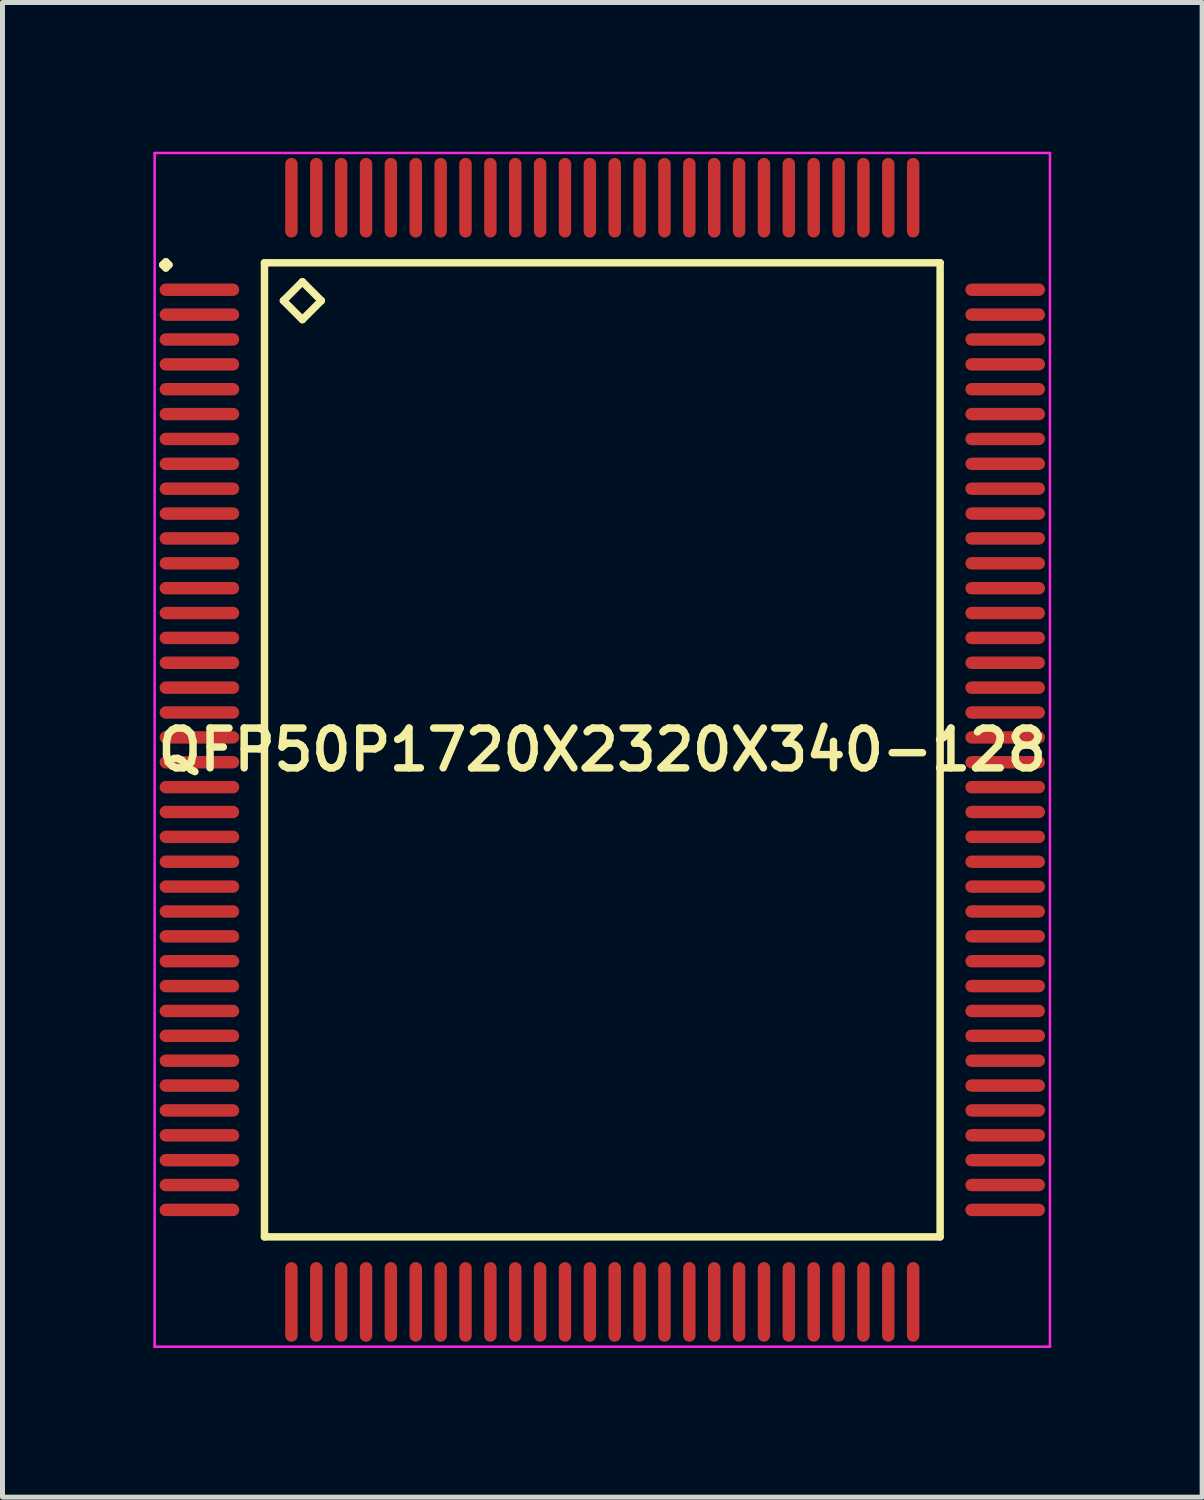
<source format=kicad_pcb>
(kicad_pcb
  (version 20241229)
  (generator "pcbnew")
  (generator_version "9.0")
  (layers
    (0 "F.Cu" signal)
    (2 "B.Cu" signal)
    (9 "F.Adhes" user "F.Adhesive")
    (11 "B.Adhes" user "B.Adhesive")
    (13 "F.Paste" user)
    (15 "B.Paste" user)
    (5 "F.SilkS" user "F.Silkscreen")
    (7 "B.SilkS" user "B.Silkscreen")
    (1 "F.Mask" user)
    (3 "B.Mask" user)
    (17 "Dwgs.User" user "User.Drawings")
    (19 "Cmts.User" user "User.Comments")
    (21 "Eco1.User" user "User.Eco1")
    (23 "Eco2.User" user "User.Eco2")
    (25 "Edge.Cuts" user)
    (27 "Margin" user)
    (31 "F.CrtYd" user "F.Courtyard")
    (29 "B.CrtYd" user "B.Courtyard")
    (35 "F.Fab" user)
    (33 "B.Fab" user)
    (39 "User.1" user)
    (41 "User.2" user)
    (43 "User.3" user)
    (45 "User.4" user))
  (footprint "QFP50P1720X2320X340-128"
    (layer "F.Cu")
    (at 9.059 12.025)
    (property "Reference" "QFP50P1720X2320X340-128" (at 0 0 0) (layer "F.SilkS") (effects (font (size 0.8 0.8) (thickness 0.15))))
    (attr smd)
    (fp_line (start -8.838 -9.75) (end -8.775 -9.812) (stroke (width 0.15) (type solid)) (layer "F.SilkS"))
    (fp_line (start -8.775 -9.812) (end -8.713 -9.75) (stroke (width 0.15) (type solid)) (layer "F.SilkS"))
    (fp_line (start -8.775 -9.688) (end -8.838 -9.75) (stroke (width 0.15) (type solid)) (layer "F.SilkS"))
    (fp_line (start -8.713 -9.75) (end -8.775 -9.688) (stroke (width 0.15) (type solid)) (layer "F.SilkS"))
    (fp_line (start -6.792 -9.792) (end -6.792 9.792) (stroke (width 0.15) (type solid)) (layer "F.SilkS"))
    (fp_line (start -6.792 9.792) (end 6.792 9.792) (stroke (width 0.15) (type solid)) (layer "F.SilkS"))
    (fp_line (start -6.411 -9.03) (end -6.03 -9.411) (stroke (width 0.15) (type solid)) (layer "F.SilkS"))
    (fp_line (start -6.03 -9.411) (end -5.649 -9.03) (stroke (width 0.15) (type solid)) (layer "F.SilkS"))
    (fp_line (start -6.03 -8.649) (end -6.411 -9.03) (stroke (width 0.15) (type solid)) (layer "F.SilkS"))
    (fp_line (start -5.649 -9.03) (end -6.03 -8.649) (stroke (width 0.15) (type solid)) (layer "F.SilkS"))
    (fp_line (start 6.792 -9.792) (end -6.792 -9.792) (stroke (width 0.15) (type solid)) (layer "F.SilkS"))
    (fp_line (start 6.792 9.792) (end 6.792 -9.792) (stroke (width 0.15) (type solid)) (layer "F.SilkS"))
    (fp_line (start -9 -12) (end 9 -12) (stroke (width 0.05) (type solid)) (layer "F.CrtYd"))
    (fp_line (start -9 12) (end -9 -12) (stroke (width 0.05) (type solid)) (layer "F.CrtYd"))
    (fp_line (start 9 -12) (end 9 12) (stroke (width 0.05) (type solid)) (layer "F.CrtYd"))
    (fp_line (start 9 12) (end -9 12) (stroke (width 0.05) (type solid)) (layer "F.CrtYd"))
    (pad "1" smd oval (at -8.1 -9.25) (size 1.6 0.25) (layers "F.Cu" "F.Mask" "F.Paste"))
    (pad "2" smd oval (at -8.1 -8.75) (size 1.6 0.25) (layers "F.Cu" "F.Mask" "F.Paste"))
    (pad "3" smd oval (at -8.1 -8.25) (size 1.6 0.25) (layers "F.Cu" "F.Mask" "F.Paste"))
    (pad "4" smd oval (at -8.1 -7.75) (size 1.6 0.25) (layers "F.Cu" "F.Mask" "F.Paste"))
    (pad "5" smd oval (at -8.1 -7.25) (size 1.6 0.25) (layers "F.Cu" "F.Mask" "F.Paste"))
    (pad "6" smd oval (at -8.1 -6.75) (size 1.6 0.25) (layers "F.Cu" "F.Mask" "F.Paste"))
    (pad "7" smd oval (at -8.1 -6.25) (size 1.6 0.25) (layers "F.Cu" "F.Mask" "F.Paste"))
    (pad "8" smd oval (at -8.1 -5.75) (size 1.6 0.25) (layers "F.Cu" "F.Mask" "F.Paste"))
    (pad "9" smd oval (at -8.1 -5.25) (size 1.6 0.25) (layers "F.Cu" "F.Mask" "F.Paste"))
    (pad "10" smd oval (at -8.1 -4.75) (size 1.6 0.25) (layers "F.Cu" "F.Mask" "F.Paste"))
    (pad "11" smd oval (at -8.1 -4.25) (size 1.6 0.25) (layers "F.Cu" "F.Mask" "F.Paste"))
    (pad "12" smd oval (at -8.1 -3.75) (size 1.6 0.25) (layers "F.Cu" "F.Mask" "F.Paste"))
    (pad "13" smd oval (at -8.1 -3.25) (size 1.6 0.25) (layers "F.Cu" "F.Mask" "F.Paste"))
    (pad "14" smd oval (at -8.1 -2.75) (size 1.6 0.25) (layers "F.Cu" "F.Mask" "F.Paste"))
    (pad "15" smd oval (at -8.1 -2.25) (size 1.6 0.25) (layers "F.Cu" "F.Mask" "F.Paste"))
    (pad "16" smd oval (at -8.1 -1.75) (size 1.6 0.25) (layers "F.Cu" "F.Mask" "F.Paste"))
    (pad "17" smd oval (at -8.1 -1.25) (size 1.6 0.25) (layers "F.Cu" "F.Mask" "F.Paste"))
    (pad "18" smd oval (at -8.1 -0.75) (size 1.6 0.25) (layers "F.Cu" "F.Mask" "F.Paste"))
    (pad "19" smd oval (at -8.1 -0.25) (size 1.6 0.25) (layers "F.Cu" "F.Mask" "F.Paste"))
    (pad "20" smd oval (at -8.1 0.25) (size 1.6 0.25) (layers "F.Cu" "F.Mask" "F.Paste"))
    (pad "21" smd oval (at -8.1 0.75) (size 1.6 0.25) (layers "F.Cu" "F.Mask" "F.Paste"))
    (pad "22" smd oval (at -8.1 1.25) (size 1.6 0.25) (layers "F.Cu" "F.Mask" "F.Paste"))
    (pad "23" smd oval (at -8.1 1.75) (size 1.6 0.25) (layers "F.Cu" "F.Mask" "F.Paste"))
    (pad "24" smd oval (at -8.1 2.25) (size 1.6 0.25) (layers "F.Cu" "F.Mask" "F.Paste"))
    (pad "25" smd oval (at -8.1 2.75) (size 1.6 0.25) (layers "F.Cu" "F.Mask" "F.Paste"))
    (pad "26" smd oval (at -8.1 3.25) (size 1.6 0.25) (layers "F.Cu" "F.Mask" "F.Paste"))
    (pad "27" smd oval (at -8.1 3.75) (size 1.6 0.25) (layers "F.Cu" "F.Mask" "F.Paste"))
    (pad "28" smd oval (at -8.1 4.25) (size 1.6 0.25) (layers "F.Cu" "F.Mask" "F.Paste"))
    (pad "29" smd oval (at -8.1 4.75) (size 1.6 0.25) (layers "F.Cu" "F.Mask" "F.Paste"))
    (pad "30" smd oval (at -8.1 5.25) (size 1.6 0.25) (layers "F.Cu" "F.Mask" "F.Paste"))
    (pad "31" smd oval (at -8.1 5.75) (size 1.6 0.25) (layers "F.Cu" "F.Mask" "F.Paste"))
    (pad "32" smd oval (at -8.1 6.25) (size 1.6 0.25) (layers "F.Cu" "F.Mask" "F.Paste"))
    (pad "33" smd oval (at -8.1 6.75) (size 1.6 0.25) (layers "F.Cu" "F.Mask" "F.Paste"))
    (pad "34" smd oval (at -8.1 7.25) (size 1.6 0.25) (layers "F.Cu" "F.Mask" "F.Paste"))
    (pad "35" smd oval (at -8.1 7.75) (size 1.6 0.25) (layers "F.Cu" "F.Mask" "F.Paste"))
    (pad "36" smd oval (at -8.1 8.25) (size 1.6 0.25) (layers "F.Cu" "F.Mask" "F.Paste"))
    (pad "37" smd oval (at -8.1 8.75) (size 1.6 0.25) (layers "F.Cu" "F.Mask" "F.Paste"))
    (pad "38" smd oval (at -8.1 9.25) (size 1.6 0.25) (layers "F.Cu" "F.Mask" "F.Paste"))
    (pad "39" smd oval (at -6.25 11.1) (size 0.25 1.6) (layers "F.Cu" "F.Mask" "F.Paste"))
    (pad "40" smd oval (at -5.75 11.1) (size 0.25 1.6) (layers "F.Cu" "F.Mask" "F.Paste"))
    (pad "41" smd oval (at -5.25 11.1) (size 0.25 1.6) (layers "F.Cu" "F.Mask" "F.Paste"))
    (pad "42" smd oval (at -4.75 11.1) (size 0.25 1.6) (layers "F.Cu" "F.Mask" "F.Paste"))
    (pad "43" smd oval (at -4.25 11.1) (size 0.25 1.6) (layers "F.Cu" "F.Mask" "F.Paste"))
    (pad "44" smd oval (at -3.75 11.1) (size 0.25 1.6) (layers "F.Cu" "F.Mask" "F.Paste"))
    (pad "45" smd oval (at -3.25 11.1) (size 0.25 1.6) (layers "F.Cu" "F.Mask" "F.Paste"))
    (pad "46" smd oval (at -2.75 11.1) (size 0.25 1.6) (layers "F.Cu" "F.Mask" "F.Paste"))
    (pad "47" smd oval (at -2.25 11.1) (size 0.25 1.6) (layers "F.Cu" "F.Mask" "F.Paste"))
    (pad "48" smd oval (at -1.75 11.1) (size 0.25 1.6) (layers "F.Cu" "F.Mask" "F.Paste"))
    (pad "49" smd oval (at -1.25 11.1) (size 0.25 1.6) (layers "F.Cu" "F.Mask" "F.Paste"))
    (pad "50" smd oval (at -0.75 11.1) (size 0.25 1.6) (layers "F.Cu" "F.Mask" "F.Paste"))
    (pad "51" smd oval (at -0.25 11.1) (size 0.25 1.6) (layers "F.Cu" "F.Mask" "F.Paste"))
    (pad "52" smd oval (at 0.25 11.1) (size 0.25 1.6) (layers "F.Cu" "F.Mask" "F.Paste"))
    (pad "53" smd oval (at 0.75 11.1) (size 0.25 1.6) (layers "F.Cu" "F.Mask" "F.Paste"))
    (pad "54" smd oval (at 1.25 11.1) (size 0.25 1.6) (layers "F.Cu" "F.Mask" "F.Paste"))
    (pad "55" smd oval (at 1.75 11.1) (size 0.25 1.6) (layers "F.Cu" "F.Mask" "F.Paste"))
    (pad "56" smd oval (at 2.25 11.1) (size 0.25 1.6) (layers "F.Cu" "F.Mask" "F.Paste"))
    (pad "57" smd oval (at 2.75 11.1) (size 0.25 1.6) (layers "F.Cu" "F.Mask" "F.Paste"))
    (pad "58" smd oval (at 3.25 11.1) (size 0.25 1.6) (layers "F.Cu" "F.Mask" "F.Paste"))
    (pad "59" smd oval (at 3.75 11.1) (size 0.25 1.6) (layers "F.Cu" "F.Mask" "F.Paste"))
    (pad "60" smd oval (at 4.25 11.1) (size 0.25 1.6) (layers "F.Cu" "F.Mask" "F.Paste"))
    (pad "61" smd oval (at 4.75 11.1) (size 0.25 1.6) (layers "F.Cu" "F.Mask" "F.Paste"))
    (pad "62" smd oval (at 5.25 11.1) (size 0.25 1.6) (layers "F.Cu" "F.Mask" "F.Paste"))
    (pad "63" smd oval (at 5.75 11.1) (size 0.25 1.6) (layers "F.Cu" "F.Mask" "F.Paste"))
    (pad "64" smd oval (at 6.25 11.1) (size 0.25 1.6) (layers "F.Cu" "F.Mask" "F.Paste"))
    (pad "65" smd oval (at 8.1 9.25) (size 1.6 0.25) (layers "F.Cu" "F.Mask" "F.Paste"))
    (pad "66" smd oval (at 8.1 8.75) (size 1.6 0.25) (layers "F.Cu" "F.Mask" "F.Paste"))
    (pad "67" smd oval (at 8.1 8.25) (size 1.6 0.25) (layers "F.Cu" "F.Mask" "F.Paste"))
    (pad "68" smd oval (at 8.1 7.75) (size 1.6 0.25) (layers "F.Cu" "F.Mask" "F.Paste"))
    (pad "69" smd oval (at 8.1 7.25) (size 1.6 0.25) (layers "F.Cu" "F.Mask" "F.Paste"))
    (pad "70" smd oval (at 8.1 6.75) (size 1.6 0.25) (layers "F.Cu" "F.Mask" "F.Paste"))
    (pad "71" smd oval (at 8.1 6.25) (size 1.6 0.25) (layers "F.Cu" "F.Mask" "F.Paste"))
    (pad "72" smd oval (at 8.1 5.75) (size 1.6 0.25) (layers "F.Cu" "F.Mask" "F.Paste"))
    (pad "73" smd oval (at 8.1 5.25) (size 1.6 0.25) (layers "F.Cu" "F.Mask" "F.Paste"))
    (pad "74" smd oval (at 8.1 4.75) (size 1.6 0.25) (layers "F.Cu" "F.Mask" "F.Paste"))
    (pad "75" smd oval (at 8.1 4.25) (size 1.6 0.25) (layers "F.Cu" "F.Mask" "F.Paste"))
    (pad "76" smd oval (at 8.1 3.75) (size 1.6 0.25) (layers "F.Cu" "F.Mask" "F.Paste"))
    (pad "77" smd oval (at 8.1 3.25) (size 1.6 0.25) (layers "F.Cu" "F.Mask" "F.Paste"))
    (pad "78" smd oval (at 8.1 2.75) (size 1.6 0.25) (layers "F.Cu" "F.Mask" "F.Paste"))
    (pad "79" smd oval (at 8.1 2.25) (size 1.6 0.25) (layers "F.Cu" "F.Mask" "F.Paste"))
    (pad "80" smd oval (at 8.1 1.75) (size 1.6 0.25) (layers "F.Cu" "F.Mask" "F.Paste"))
    (pad "81" smd oval (at 8.1 1.25) (size 1.6 0.25) (layers "F.Cu" "F.Mask" "F.Paste"))
    (pad "82" smd oval (at 8.1 0.75) (size 1.6 0.25) (layers "F.Cu" "F.Mask" "F.Paste"))
    (pad "83" smd oval (at 8.1 0.25) (size 1.6 0.25) (layers "F.Cu" "F.Mask" "F.Paste"))
    (pad "84" smd oval (at 8.1 -0.25) (size 1.6 0.25) (layers "F.Cu" "F.Mask" "F.Paste"))
    (pad "85" smd oval (at 8.1 -0.75) (size 1.6 0.25) (layers "F.Cu" "F.Mask" "F.Paste"))
    (pad "86" smd oval (at 8.1 -1.25) (size 1.6 0.25) (layers "F.Cu" "F.Mask" "F.Paste"))
    (pad "87" smd oval (at 8.1 -1.75) (size 1.6 0.25) (layers "F.Cu" "F.Mask" "F.Paste"))
    (pad "88" smd oval (at 8.1 -2.25) (size 1.6 0.25) (layers "F.Cu" "F.Mask" "F.Paste"))
    (pad "89" smd oval (at 8.1 -2.75) (size 1.6 0.25) (layers "F.Cu" "F.Mask" "F.Paste"))
    (pad "90" smd oval (at 8.1 -3.25) (size 1.6 0.25) (layers "F.Cu" "F.Mask" "F.Paste"))
    (pad "91" smd oval (at 8.1 -3.75) (size 1.6 0.25) (layers "F.Cu" "F.Mask" "F.Paste"))
    (pad "92" smd oval (at 8.1 -4.25) (size 1.6 0.25) (layers "F.Cu" "F.Mask" "F.Paste"))
    (pad "93" smd oval (at 8.1 -4.75) (size 1.6 0.25) (layers "F.Cu" "F.Mask" "F.Paste"))
    (pad "94" smd oval (at 8.1 -5.25) (size 1.6 0.25) (layers "F.Cu" "F.Mask" "F.Paste"))
    (pad "95" smd oval (at 8.1 -5.75) (size 1.6 0.25) (layers "F.Cu" "F.Mask" "F.Paste"))
    (pad "96" smd oval (at 8.1 -6.25) (size 1.6 0.25) (layers "F.Cu" "F.Mask" "F.Paste"))
    (pad "97" smd oval (at 8.1 -6.75) (size 1.6 0.25) (layers "F.Cu" "F.Mask" "F.Paste"))
    (pad "98" smd oval (at 8.1 -7.25) (size 1.6 0.25) (layers "F.Cu" "F.Mask" "F.Paste"))
    (pad "99" smd oval (at 8.1 -7.75) (size 1.6 0.25) (layers "F.Cu" "F.Mask" "F.Paste"))
    (pad "100" smd oval (at 8.1 -8.25) (size 1.6 0.25) (layers "F.Cu" "F.Mask" "F.Paste"))
    (pad "101" smd oval (at 8.1 -8.75) (size 1.6 0.25) (layers "F.Cu" "F.Mask" "F.Paste"))
    (pad "102" smd oval (at 8.1 -9.25) (size 1.6 0.25) (layers "F.Cu" "F.Mask" "F.Paste"))
    (pad "103" smd oval (at 6.25 -11.1) (size 0.25 1.6) (layers "F.Cu" "F.Mask" "F.Paste"))
    (pad "104" smd oval (at 5.75 -11.1) (size 0.25 1.6) (layers "F.Cu" "F.Mask" "F.Paste"))
    (pad "105" smd oval (at 5.25 -11.1) (size 0.25 1.6) (layers "F.Cu" "F.Mask" "F.Paste"))
    (pad "106" smd oval (at 4.75 -11.1) (size 0.25 1.6) (layers "F.Cu" "F.Mask" "F.Paste"))
    (pad "107" smd oval (at 4.25 -11.1) (size 0.25 1.6) (layers "F.Cu" "F.Mask" "F.Paste"))
    (pad "108" smd oval (at 3.75 -11.1) (size 0.25 1.6) (layers "F.Cu" "F.Mask" "F.Paste"))
    (pad "109" smd oval (at 3.25 -11.1) (size 0.25 1.6) (layers "F.Cu" "F.Mask" "F.Paste"))
    (pad "110" smd oval (at 2.75 -11.1) (size 0.25 1.6) (layers "F.Cu" "F.Mask" "F.Paste"))
    (pad "111" smd oval (at 2.25 -11.1) (size 0.25 1.6) (layers "F.Cu" "F.Mask" "F.Paste"))
    (pad "112" smd oval (at 1.75 -11.1) (size 0.25 1.6) (layers "F.Cu" "F.Mask" "F.Paste"))
    (pad "113" smd oval (at 1.25 -11.1) (size 0.25 1.6) (layers "F.Cu" "F.Mask" "F.Paste"))
    (pad "114" smd oval (at 0.75 -11.1) (size 0.25 1.6) (layers "F.Cu" "F.Mask" "F.Paste"))
    (pad "115" smd oval (at 0.25 -11.1) (size 0.25 1.6) (layers "F.Cu" "F.Mask" "F.Paste"))
    (pad "116" smd oval (at -0.25 -11.1) (size 0.25 1.6) (layers "F.Cu" "F.Mask" "F.Paste"))
    (pad "117" smd oval (at -0.75 -11.1) (size 0.25 1.6) (layers "F.Cu" "F.Mask" "F.Paste"))
    (pad "118" smd oval (at -1.25 -11.1) (size 0.25 1.6) (layers "F.Cu" "F.Mask" "F.Paste"))
    (pad "119" smd oval (at -1.75 -11.1) (size 0.25 1.6) (layers "F.Cu" "F.Mask" "F.Paste"))
    (pad "120" smd oval (at -2.25 -11.1) (size 0.25 1.6) (layers "F.Cu" "F.Mask" "F.Paste"))
    (pad "121" smd oval (at -2.75 -11.1) (size 0.25 1.6) (layers "F.Cu" "F.Mask" "F.Paste"))
    (pad "122" smd oval (at -3.25 -11.1) (size 0.25 1.6) (layers "F.Cu" "F.Mask" "F.Paste"))
    (pad "123" smd oval (at -3.75 -11.1) (size 0.25 1.6) (layers "F.Cu" "F.Mask" "F.Paste"))
    (pad "124" smd oval (at -4.25 -11.1) (size 0.25 1.6) (layers "F.Cu" "F.Mask" "F.Paste"))
    (pad "125" smd oval (at -4.75 -11.1) (size 0.25 1.6) (layers "F.Cu" "F.Mask" "F.Paste"))
    (pad "126" smd oval (at -5.25 -11.1) (size 0.25 1.6) (layers "F.Cu" "F.Mask" "F.Paste"))
    (pad "127" smd oval (at -5.75 -11.1) (size 0.25 1.6) (layers "F.Cu" "F.Mask" "F.Paste"))
    (pad "128" smd oval (at -6.25 -11.1) (size 0.25 1.6) (layers "F.Cu" "F.Mask" "F.Paste")))
  (gr_rect
    (start -3 -3)
    (end 21.119 27.05)
    (stroke (width 0.1) (type default))
    (fill no)
    (layer "Edge.Cuts")))
</source>
